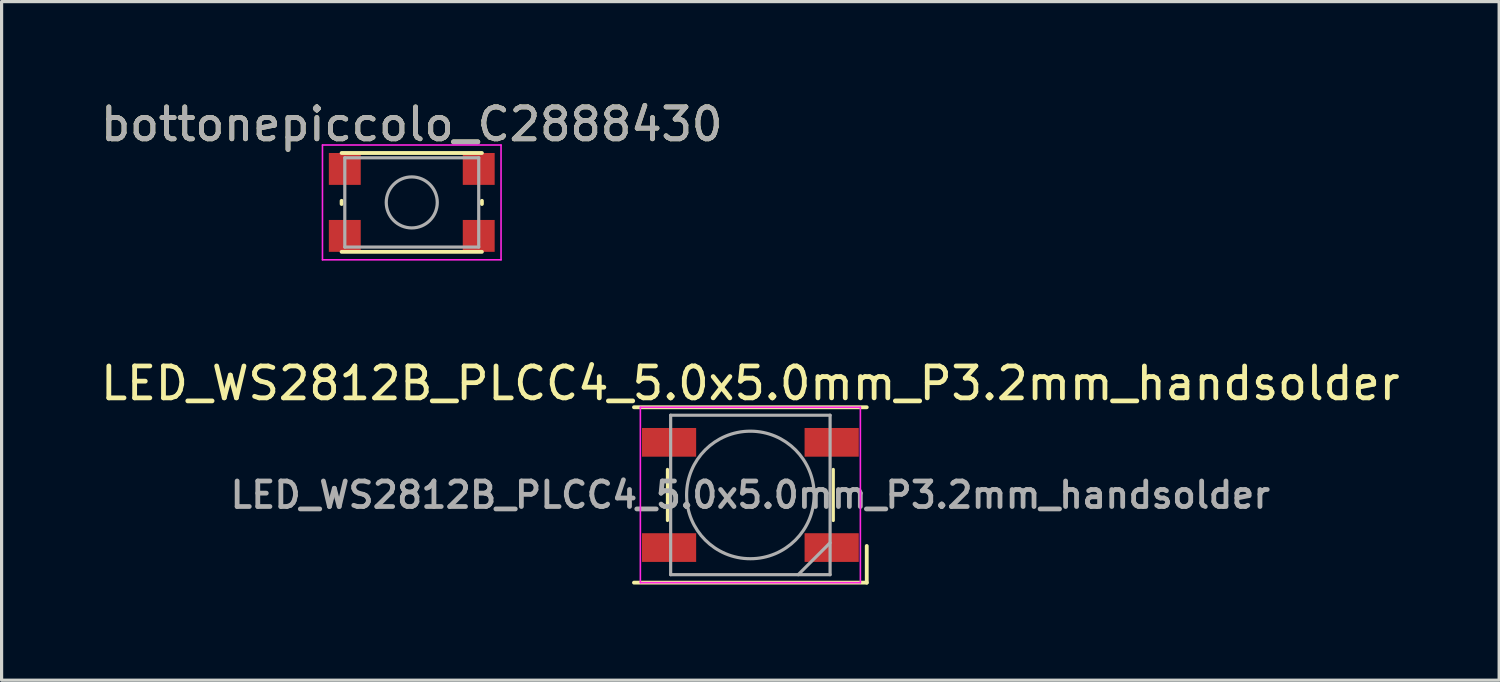
<source format=kicad_pcb>
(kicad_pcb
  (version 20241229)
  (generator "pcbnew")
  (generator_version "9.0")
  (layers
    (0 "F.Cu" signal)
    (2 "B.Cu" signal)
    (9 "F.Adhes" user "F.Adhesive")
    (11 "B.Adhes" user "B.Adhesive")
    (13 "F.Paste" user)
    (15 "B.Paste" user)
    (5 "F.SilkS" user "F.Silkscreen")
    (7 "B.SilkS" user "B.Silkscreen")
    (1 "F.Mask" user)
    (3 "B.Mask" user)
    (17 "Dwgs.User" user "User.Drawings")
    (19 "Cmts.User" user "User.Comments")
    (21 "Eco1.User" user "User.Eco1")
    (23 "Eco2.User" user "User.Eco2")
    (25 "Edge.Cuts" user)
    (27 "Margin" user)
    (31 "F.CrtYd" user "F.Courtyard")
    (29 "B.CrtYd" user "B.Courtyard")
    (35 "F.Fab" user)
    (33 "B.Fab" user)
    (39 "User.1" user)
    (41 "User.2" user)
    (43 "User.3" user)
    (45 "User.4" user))
  (footprint "bottonepiccolo_C2888430"
    (layer "F.Cu")
    (at 9.863 3.298)
    (property "Reference" "bottonepiccolo_C2888430" (at 0 -2.45 0) (layer "F.SilkS") (effects (font (size 1 1) (thickness 0.15))))
    (attr smd)
    (fp_line (start -2.2 0.05) (end -2.2 -0.05) (stroke (width 0.12) (type solid)) (layer "F.SilkS"))
    (fp_line (start -2.2 1.55) (end 2.2 1.55) (stroke (width 0.12) (type solid)) (layer "F.SilkS"))
    (fp_line (start 2.2 -1.55) (end -2.2 -1.55) (stroke (width 0.12) (type solid)) (layer "F.SilkS"))
    (fp_line (start 2.2 0.05) (end 2.2 -0.05) (stroke (width 0.12) (type solid)) (layer "F.SilkS"))
    (fp_line (start -2.8 -1.8) (end 2.8 -1.8) (stroke (width 0.05) (type solid)) (layer "F.CrtYd"))
    (fp_line (start -2.8 1.8) (end -2.8 -1.8) (stroke (width 0.05) (type solid)) (layer "F.CrtYd"))
    (fp_line (start 2.8 -1.8) (end 2.8 1.8) (stroke (width 0.05) (type solid)) (layer "F.CrtYd"))
    (fp_line (start 2.8 1.8) (end -2.8 1.8) (stroke (width 0.05) (type solid)) (layer "F.CrtYd"))
    (fp_line (start -2.1 -1.4) (end 2.1 -1.4) (stroke (width 0.1) (type solid)) (layer "F.Fab"))
    (fp_line (start -2.1 1.4) (end -2.1 -1.4) (stroke (width 0.1) (type solid)) (layer "F.Fab"))
    (fp_line (start 2.1 -1.4) (end 2.1 1.4) (stroke (width 0.1) (type solid)) (layer "F.Fab"))
    (fp_line (start 2.1 1.4) (end -2.1 1.4) (stroke (width 0.1) (type solid)) (layer "F.Fab"))
    (fp_circle (center 0 0) (end 0 0.8) (stroke (width 0.1) (type solid)) (fill no) (layer "F.Fab"))
    (fp_text user "${REFERENCE}" (at 0 -2.45 0) (layer "F.Fab") (effects (font (size 1 1) (thickness 0.15))))
    (pad "1" smd rect (at -2.1 -1.05) (size 1 1) (layers "F.Cu" "F.Mask" "F.Paste"))
    (pad "1" smd rect (at 2.1 -1.05) (size 1 1) (layers "F.Cu" "F.Mask" "F.Paste"))
    (pad "2" smd rect (at -2.1 1.05) (size 1 1) (layers "F.Cu" "F.Mask" "F.Paste"))
    (pad "2" smd rect (at 2.1 1.05) (size 1 1) (layers "F.Cu" "F.Mask" "F.Paste")))
  (footprint "LED_WS2812B_PLCC4_5.0x5.0mm_P3.2mm_handsolder"
    (layer "F.Cu")
    (at 20.482 12.472)
    (property "Reference" "LED_WS2812B_PLCC4_5.0x5.0mm_P3.2mm_handsolder" (at 0 -3.5 180) (layer "F.SilkS") (effects (font (size 1 1) (thickness 0.15))))
    (attr smd dnp)
    (fp_line (start -3.65 -2.75) (end 3.65 -2.75) (stroke (width 0.12) (type solid)) (layer "F.SilkS"))
    (fp_line (start -3.65 2.75) (end 3.65 2.75) (stroke (width 0.12) (type solid)) (layer "F.SilkS"))
    (fp_line (start -2.6 -0.8) (end -2.6 0.8) (stroke (width 0.1) (type default)) (layer "F.SilkS"))
    (fp_line (start 2.6 -0.8) (end 2.6 0.8) (stroke (width 0.1) (type default)) (layer "F.SilkS"))
    (fp_line (start 3.65 2.75) (end 3.65 1.6) (stroke (width 0.12) (type solid)) (layer "F.SilkS"))
    (fp_line (start -3.45 -2.75) (end -3.45 2.75) (stroke (width 0.05) (type solid)) (layer "F.CrtYd"))
    (fp_line (start -3.45 2.75) (end 3.45 2.75) (stroke (width 0.05) (type solid)) (layer "F.CrtYd"))
    (fp_line (start 3.45 -2.75) (end -3.45 -2.75) (stroke (width 0.05) (type solid)) (layer "F.CrtYd"))
    (fp_line (start 3.45 2.75) (end 3.45 -2.75) (stroke (width 0.05) (type solid)) (layer "F.CrtYd"))
    (fp_line (start -2.5 -2.5) (end -2.5 2.5) (stroke (width 0.1) (type solid)) (layer "F.Fab"))
    (fp_line (start -2.5 2.5) (end 2.5 2.5) (stroke (width 0.1) (type solid)) (layer "F.Fab"))
    (fp_line (start 2.5 -2.5) (end -2.5 -2.5) (stroke (width 0.1) (type solid)) (layer "F.Fab"))
    (fp_line (start 2.5 1.5) (end 1.5 2.5) (stroke (width 0.1) (type solid)) (layer "F.Fab"))
    (fp_line (start 2.5 2.5) (end 2.5 -2.5) (stroke (width 0.1) (type solid)) (layer "F.Fab"))
    (fp_circle (center 0 0) (end 0 -2) (stroke (width 0.1) (type solid)) (fill no) (layer "F.Fab"))
    (fp_text user "${REFERENCE}" (at 0 0 180) (layer "F.Fab") (effects (font (size 0.8 0.8) (thickness 0.15))))
    (pad "1" smd rect (at -2.55 -1.65) (size 1.7 0.9) (layers "F.Cu" "F.Mask" "F.Paste"))
    (pad "2" smd rect (at -2.55 1.65) (size 1.7 0.9) (layers "F.Cu" "F.Mask" "F.Paste"))
    (pad "3" smd rect (at 2.55 1.65) (size 1.7 0.9) (layers "F.Cu" "F.Mask" "F.Paste"))
    (pad "4" smd rect (at 2.55 -1.65) (size 1.7 0.9) (layers "F.Cu" "F.Mask" "F.Paste")))
  (gr_rect
    (start -3 -3)
    (end 43.964 18.282)
    (stroke (width 0.1) (type default))
    (fill no)
    (layer "Edge.Cuts")))
</source>
